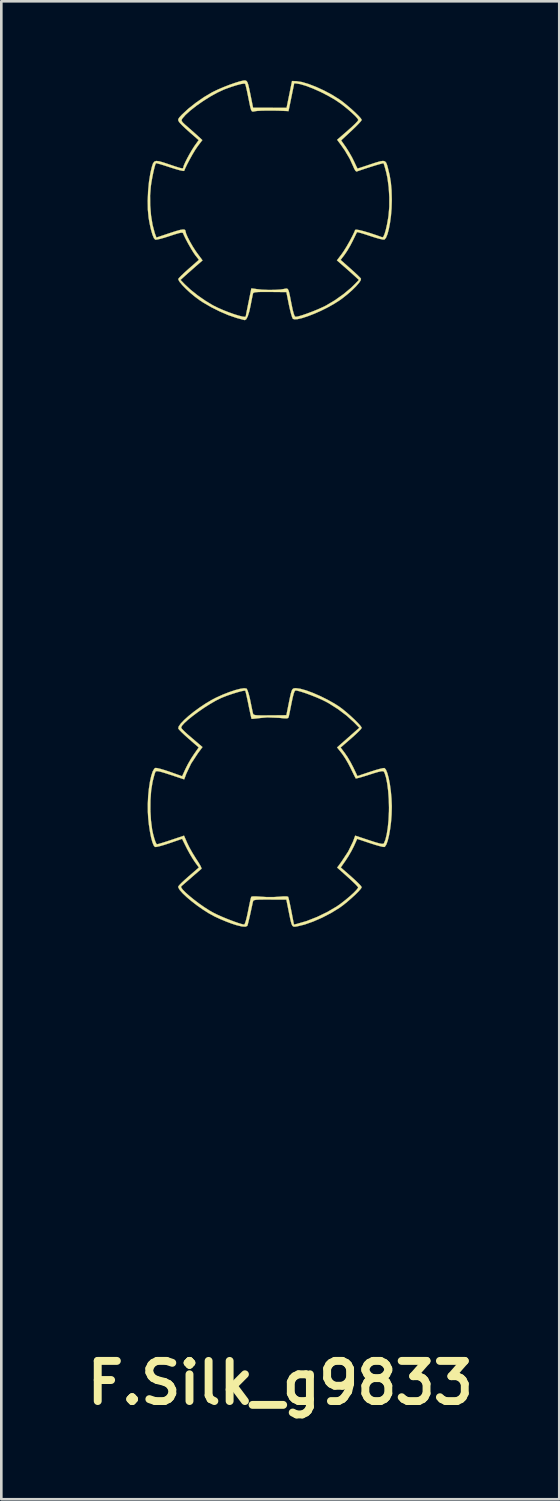
<source format=kicad_pcb>
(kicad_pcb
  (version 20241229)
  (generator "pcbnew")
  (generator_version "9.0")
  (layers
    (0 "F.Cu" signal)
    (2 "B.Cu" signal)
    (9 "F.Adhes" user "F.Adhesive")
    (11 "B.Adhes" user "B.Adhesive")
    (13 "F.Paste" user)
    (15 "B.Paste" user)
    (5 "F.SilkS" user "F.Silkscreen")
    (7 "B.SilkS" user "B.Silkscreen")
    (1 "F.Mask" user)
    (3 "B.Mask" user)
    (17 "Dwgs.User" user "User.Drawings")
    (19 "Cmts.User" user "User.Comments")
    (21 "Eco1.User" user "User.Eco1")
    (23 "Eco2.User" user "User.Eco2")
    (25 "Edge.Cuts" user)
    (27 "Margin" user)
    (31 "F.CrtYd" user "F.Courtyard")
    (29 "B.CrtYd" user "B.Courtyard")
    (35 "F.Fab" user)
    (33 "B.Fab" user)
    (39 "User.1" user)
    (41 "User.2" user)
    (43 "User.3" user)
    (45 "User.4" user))
  (footprint "F.Silk_g9833"
    (layer "F.Cu")
    (at 7.591 49.45)
    (property "Reference" "F.Silk_g9833" (at 0 0 0) (layer "F.SilkS") (effects (font (size 1.524 1.524) (thickness 0.3))))
    (attr through_hole)
    (fp_poly (pts (xy 0.762 -26.351) (xy 0.983 -26.289) (xy 1.24 -26.194) (xy 1.518 -26.073) (xy 1.798 -25.934) (xy 2.064 -25.784) (xy 2.223 -25.683) (xy 2.358 -25.584) (xy 2.512 -25.458) (xy 2.671 -25.318) (xy 2.822 -25.178) (xy 2.951 -25.048) (xy 3.044 -24.944) (xy 3.089 -24.877) (xy 3.09 -24.868) (xy 3.06 -24.821) (xy 2.977 -24.733) (xy 2.854 -24.615) (xy 2.703 -24.479) (xy 2.69 -24.468) (xy 2.29 -24.121) (xy 2.454 -23.903) (xy 2.555 -23.755) (xy 2.666 -23.566) (xy 2.765 -23.377) (xy 2.773 -23.361) (xy 2.927 -23.037) (xy 3.413 -23.2) (xy 3.606 -23.262) (xy 3.773 -23.309) (xy 3.895 -23.337) (xy 3.955 -23.342) (xy 3.956 -23.342) (xy 4.01 -23.281) (xy 4.064 -23.149) (xy 4.115 -22.96) (xy 4.16 -22.728) (xy 4.196 -22.467) (xy 4.221 -22.189) (xy 4.233 -21.91) (xy 4.233 -21.844) (xy 4.225 -21.566) (xy 4.203 -21.287) (xy 4.169 -21.02) (xy 4.126 -20.78) (xy 4.077 -20.579) (xy 4.023 -20.433) (xy 3.969 -20.353) (xy 3.956 -20.346) (xy 3.895 -20.35) (xy 3.773 -20.379) (xy 3.606 -20.426) (xy 3.413 -20.488) (xy 3.409 -20.489) (xy 2.919 -20.653) (xy 2.795 -20.378) (xy 2.702 -20.195) (xy 2.585 -19.993) (xy 2.483 -19.835) (xy 2.296 -19.568) (xy 2.693 -19.22) (xy 2.845 -19.083) (xy 2.97 -18.962) (xy 3.056 -18.87) (xy 3.09 -18.82) (xy 3.09 -18.818) (xy 3.059 -18.761) (xy 2.975 -18.664) (xy 2.852 -18.541) (xy 2.702 -18.403) (xy 2.541 -18.263) (xy 2.381 -18.134) (xy 2.242 -18.033) (xy 1.932 -17.842) (xy 1.594 -17.666) (xy 1.251 -17.516) (xy 0.925 -17.401) (xy 0.639 -17.331) (xy 0.625 -17.329) (xy 0.553 -17.319) (xy 0.5 -17.323) (xy 0.46 -17.353) (xy 0.427 -17.422) (xy 0.394 -17.541) (xy 0.355 -17.723) (xy 0.319 -17.903) (xy 0.23 -18.347) (xy -0.395 -18.349) (xy -0.637 -18.349) (xy -0.808 -18.347) (xy -0.92 -18.34) (xy -0.987 -18.327) (xy -1.021 -18.307) (xy -1.036 -18.277) (xy -1.039 -18.267) (xy -1.056 -18.19) (xy -1.086 -18.053) (xy -1.123 -17.88) (xy -1.144 -17.784) (xy -1.184 -17.609) (xy -1.219 -17.465) (xy -1.244 -17.372) (xy -1.253 -17.35) (xy -1.322 -17.319) (xy -1.462 -17.329) (xy -1.67 -17.38) (xy -1.841 -17.435) (xy -2.055 -17.515) (xy -2.292 -17.614) (xy -2.503 -17.712) (xy -2.507 -17.714) (xy -2.717 -17.83) (xy -2.937 -17.97) (xy -3.157 -18.124) (xy -3.365 -18.284) (xy -3.552 -18.441) (xy -3.705 -18.586) (xy -3.815 -18.71) (xy -3.871 -18.805) (xy -3.873 -18.846) (xy -3.832 -18.898) (xy -3.741 -18.991) (xy -3.612 -19.111) (xy -3.469 -19.238) (xy -3.089 -19.566) (xy -3.238 -19.769) (xy -3.328 -19.905) (xy -3.435 -20.084) (xy -3.537 -20.272) (xy -3.558 -20.313) (xy -3.728 -20.654) (xy -4.212 -20.488) (xy -4.405 -20.425) (xy -4.572 -20.377) (xy -4.696 -20.349) (xy -4.758 -20.345) (xy -4.806 -20.403) (xy -4.857 -20.531) (xy -4.906 -20.715) (xy -4.95 -20.94) (xy -4.988 -21.192) (xy -5.015 -21.456) (xy -5.028 -21.676) (xy -5.028 -21.736) (xy -4.932 -21.736) (xy -4.91 -21.353) (xy -4.865 -21.004) (xy -4.83 -20.839) (xy -4.781 -20.66) (xy -4.735 -20.527) (xy -4.696 -20.455) (xy -4.683 -20.447) (xy -4.625 -20.46) (xy -4.504 -20.495) (xy -4.338 -20.547) (xy -4.145 -20.61) (xy -4.143 -20.611) (xy -3.655 -20.775) (xy -3.533 -20.495) (xy -3.45 -20.325) (xy -3.338 -20.125) (xy -3.217 -19.929) (xy -3.185 -19.88) (xy -3.091 -19.734) (xy -3.023 -19.614) (xy -2.991 -19.537) (xy -2.992 -19.518) (xy -3.037 -19.48) (xy -3.13 -19.399) (xy -3.259 -19.288) (xy -3.387 -19.176) (xy -3.532 -19.05) (xy -3.652 -18.946) (xy -3.733 -18.876) (xy -3.763 -18.852) (xy -3.763 -18.807) (xy -3.704 -18.725) (xy -3.595 -18.614) (xy -3.447 -18.483) (xy -3.272 -18.341) (xy -3.08 -18.195) (xy -2.882 -18.057) (xy -2.688 -17.933) (xy -2.54 -17.849) (xy -2.376 -17.768) (xy -2.179 -17.681) (xy -1.968 -17.595) (xy -1.762 -17.517) (xy -1.58 -17.453) (xy -1.44 -17.412) (xy -1.37 -17.4) (xy -1.343 -17.439) (xy -1.306 -17.549) (xy -1.264 -17.716) (xy -1.224 -17.908) (xy -1.184 -18.107) (xy -1.148 -18.276) (xy -1.12 -18.397) (xy -1.103 -18.453) (xy -1.103 -18.454) (xy -1.052 -18.468) (xy -0.935 -18.47) (xy -0.771 -18.46) (xy -0.726 -18.456) (xy -0.505 -18.443) (xy -0.263 -18.443) (xy -0.052 -18.456) (xy -0.049 -18.456) (xy 0.12 -18.47) (xy 0.241 -18.47) (xy 0.297 -18.455) (xy 0.298 -18.454) (xy 0.315 -18.4) (xy 0.343 -18.28) (xy 0.379 -18.112) (xy 0.419 -17.913) (xy 0.42 -17.908) (xy 0.518 -17.4) (xy 0.629 -17.425) (xy 1.003 -17.534) (xy 1.399 -17.69) (xy 1.788 -17.878) (xy 2.139 -18.084) (xy 2.281 -18.183) (xy 2.468 -18.328) (xy 2.64 -18.472) (xy 2.786 -18.604) (xy 2.892 -18.714) (xy 2.949 -18.79) (xy 2.955 -18.814) (xy 2.92 -18.86) (xy 2.834 -18.949) (xy 2.71 -19.068) (xy 2.56 -19.205) (xy 2.551 -19.213) (xy 2.16 -19.563) (xy 2.321 -19.783) (xy 2.576 -20.17) (xy 2.754 -20.534) (xy 2.772 -20.58) (xy 2.844 -20.776) (xy 3.371 -20.601) (xy 3.594 -20.529) (xy 3.75 -20.484) (xy 3.851 -20.464) (xy 3.909 -20.466) (xy 3.934 -20.484) (xy 3.99 -20.62) (xy 4.04 -20.824) (xy 4.081 -21.081) (xy 4.11 -21.374) (xy 4.125 -21.689) (xy 4.127 -21.844) (xy 4.119 -22.162) (xy 4.096 -22.468) (xy 4.061 -22.744) (xy 4.016 -22.975) (xy 3.963 -23.146) (xy 3.934 -23.203) (xy 3.904 -23.222) (xy 3.84 -23.221) (xy 3.73 -23.198) (xy 3.562 -23.149) (xy 3.39 -23.094) (xy 3.197 -23.033) (xy 3.035 -22.985) (xy 2.919 -22.955) (xy 2.867 -22.946) (xy 2.865 -22.947) (xy 2.842 -22.991) (xy 2.79 -23.094) (xy 2.72 -23.237) (xy 2.677 -23.326) (xy 2.577 -23.519) (xy 2.464 -23.712) (xy 2.357 -23.871) (xy 2.33 -23.906) (xy 2.156 -24.125) (xy 2.578 -24.498) (xy 3.001 -24.871) (xy 2.802 -25.075) (xy 2.524 -25.328) (xy 2.193 -25.578) (xy 1.838 -25.803) (xy 1.736 -25.859) (xy 1.578 -25.937) (xy 1.385 -26.021) (xy 1.175 -26.105) (xy 0.97 -26.181) (xy 0.787 -26.241) (xy 0.647 -26.279) (xy 0.582 -26.289) (xy 0.548 -26.263) (xy 0.512 -26.178) (xy 0.472 -26.026) (xy 0.427 -25.813) (xy 0.388 -25.617) (xy 0.354 -25.448) (xy 0.328 -25.326) (xy 0.315 -25.272) (xy 0.295 -25.241) (xy 0.244 -25.227) (xy 0.147 -25.229) (xy -0.015 -25.245) (xy -0.042 -25.248) (xy -0.491 -25.265) (xy -0.73 -25.245) (xy -0.891 -25.226) (xy -1.016 -25.213) (xy -1.083 -25.208) (xy -1.09 -25.209) (xy -1.102 -25.251) (xy -1.127 -25.359) (xy -1.161 -25.519) (xy -1.202 -25.714) (xy -1.206 -25.739) (xy -1.248 -25.938) (xy -1.285 -26.105) (xy -1.313 -26.224) (xy -1.329 -26.278) (xy -1.33 -26.279) (xy -1.381 -26.279) (xy -1.493 -26.256) (xy -1.647 -26.213) (xy -1.824 -26.158) (xy -2.006 -26.096) (xy -2.174 -26.031) (xy -2.259 -25.995) (xy -2.452 -25.899) (xy -2.667 -25.774) (xy -2.891 -25.632) (xy -3.112 -25.479) (xy -3.318 -25.326) (xy -3.499 -25.18) (xy -3.641 -25.051) (xy -3.734 -24.947) (xy -3.765 -24.878) (xy -3.734 -24.829) (xy -3.652 -24.743) (xy -3.536 -24.635) (xy -3.49 -24.596) (xy -3.344 -24.471) (xy -3.206 -24.353) (xy -3.1 -24.263) (xy -3.086 -24.25) (xy -2.955 -24.138) (xy -3.123 -23.912) (xy -3.388 -23.508) (xy -3.571 -23.121) (xy -3.576 -23.108) (xy -3.648 -22.912) (xy -4.175 -23.087) (xy -4.399 -23.159) (xy -4.554 -23.204) (xy -4.655 -23.224) (xy -4.713 -23.222) (xy -4.738 -23.204) (xy -4.764 -23.138) (xy -4.8 -23.012) (xy -4.841 -22.852) (xy -4.852 -22.802) (xy -4.903 -22.489) (xy -4.929 -22.124) (xy -4.932 -21.736) (xy -5.028 -21.736) (xy -5.03 -21.974) (xy -5.016 -22.272) (xy -4.988 -22.558) (xy -4.949 -22.818) (xy -4.9 -23.04) (xy -4.845 -23.211) (xy -4.784 -23.317) (xy -4.744 -23.346) (xy -4.678 -23.341) (xy -4.551 -23.311) (xy -4.382 -23.261) (xy -4.199 -23.2) (xy -3.726 -23.031) (xy -3.6 -23.308) (xy -3.507 -23.491) (xy -3.39 -23.694) (xy -3.286 -23.854) (xy -3.097 -24.124) (xy -3.473 -24.451) (xy -3.623 -24.586) (xy -3.749 -24.705) (xy -3.837 -24.796) (xy -3.873 -24.843) (xy -3.859 -24.917) (xy -3.783 -25.026) (xy -3.655 -25.161) (xy -3.486 -25.314) (xy -3.286 -25.475) (xy -3.065 -25.637) (xy -2.835 -25.79) (xy -2.605 -25.927) (xy -2.438 -26.014) (xy -2.187 -26.128) (xy -1.941 -26.224) (xy -1.715 -26.3) (xy -1.521 -26.35) (xy -1.374 -26.372) (xy -1.286 -26.36) (xy -1.276 -26.353) (xy -1.243 -26.289) (xy -1.202 -26.164) (xy -1.159 -25.998) (xy -1.139 -25.902) (xy -1.102 -25.72) (xy -1.069 -25.562) (xy -1.046 -25.451) (xy -1.039 -25.421) (xy -1.027 -25.388) (xy -1 -25.366) (xy -0.944 -25.351) (xy -0.847 -25.343) (xy -0.695 -25.341) (xy -0.475 -25.342) (xy -0.394 -25.342) (xy 0.231 -25.348) (xy 0.319 -25.789) (xy 0.366 -26.019) (xy 0.403 -26.18) (xy 0.435 -26.282) (xy 0.468 -26.34) (xy 0.509 -26.366) (xy 0.564 -26.373) (xy 0.594 -26.374) (xy 0.762 -26.351)) (stroke (width 0.01) (type solid)) (fill yes) (layer "F.SilkS"))
    (fp_poly (pts (xy -1.311 -49.441) (xy -1.274 -49.418) (xy -1.243 -49.365) (xy -1.212 -49.269) (xy -1.177 -49.117) (xy -1.131 -48.897) (xy -1.123 -48.856) (xy -1.034 -48.411) (xy -0.397 -48.409) (xy 0.239 -48.408) (xy 0.342 -48.916) (xy 0.445 -49.424) (xy 0.616 -49.417) (xy 0.821 -49.386) (xy 1.076 -49.31) (xy 1.364 -49.199) (xy 1.666 -49.06) (xy 1.966 -48.9) (xy 2.242 -48.727) (xy 2.382 -48.625) (xy 2.538 -48.498) (xy 2.698 -48.361) (xy 2.847 -48.224) (xy 2.971 -48.102) (xy 3.057 -48.006) (xy 3.091 -47.949) (xy 3.092 -47.948) (xy 3.063 -47.902) (xy 2.983 -47.813) (xy 2.864 -47.691) (xy 2.717 -47.55) (xy 2.701 -47.535) (xy 2.309 -47.17) (xy 2.491 -46.911) (xy 2.606 -46.731) (xy 2.722 -46.527) (xy 2.797 -46.376) (xy 2.86 -46.242) (xy 2.908 -46.143) (xy 2.933 -46.101) (xy 2.934 -46.101) (xy 2.977 -46.114) (xy 3.083 -46.148) (xy 3.235 -46.198) (xy 3.387 -46.249) (xy 3.619 -46.326) (xy 3.786 -46.374) (xy 3.899 -46.391) (xy 3.972 -46.375) (xy 4.019 -46.324) (xy 4.054 -46.236) (xy 4.077 -46.154) (xy 4.15 -45.856) (xy 4.197 -45.575) (xy 4.224 -45.278) (xy 4.233 -44.934) (xy 4.233 -44.876) (xy 4.224 -44.59) (xy 4.201 -44.306) (xy 4.165 -44.039) (xy 4.12 -43.802) (xy 4.068 -43.608) (xy 4.012 -43.472) (xy 3.954 -43.405) (xy 3.951 -43.404) (xy 3.887 -43.407) (xy 3.761 -43.435) (xy 3.593 -43.483) (xy 3.406 -43.543) (xy 3.219 -43.605) (xy 3.064 -43.653) (xy 2.957 -43.682) (xy 2.913 -43.687) (xy 2.913 -43.687) (xy 2.889 -43.642) (xy 2.839 -43.54) (xy 2.771 -43.4) (xy 2.746 -43.349) (xy 2.651 -43.167) (xy 2.545 -42.986) (xy 2.448 -42.842) (xy 2.441 -42.832) (xy 2.289 -42.633) (xy 2.658 -42.307) (xy 2.808 -42.172) (xy 2.935 -42.053) (xy 3.025 -41.964) (xy 3.063 -41.919) (xy 3.053 -41.859) (xy 2.986 -41.759) (xy 2.874 -41.63) (xy 2.726 -41.484) (xy 2.554 -41.332) (xy 2.37 -41.185) (xy 2.254 -41.101) (xy 2.036 -40.962) (xy 1.793 -40.826) (xy 1.539 -40.7) (xy 1.285 -40.588) (xy 1.045 -40.495) (xy 0.831 -40.425) (xy 0.655 -40.384) (xy 0.531 -40.378) (xy 0.477 -40.398) (xy 0.448 -40.46) (xy 0.409 -40.585) (xy 0.366 -40.756) (xy 0.327 -40.932) (xy 0.231 -41.411) (xy -0.393 -41.417) (xy -0.641 -41.418) (xy -0.816 -41.415) (xy -0.931 -41.407) (xy -0.998 -41.393) (xy -1.03 -41.372) (xy -1.035 -41.36) (xy -1.051 -41.291) (xy -1.077 -41.163) (xy -1.11 -40.996) (xy -1.125 -40.915) (xy -1.178 -40.672) (xy -1.235 -40.492) (xy -1.292 -40.381) (xy -1.345 -40.347) (xy -1.398 -40.359) (xy -1.51 -40.389) (xy -1.656 -40.429) (xy -1.672 -40.434) (xy -1.97 -40.536) (xy -2.301 -40.678) (xy -2.635 -40.846) (xy -2.941 -41.024) (xy -3.058 -41.101) (xy -3.237 -41.234) (xy -3.415 -41.381) (xy -3.578 -41.531) (xy -3.715 -41.672) (xy -3.816 -41.791) (xy -3.868 -41.879) (xy -3.871 -41.913) (xy -3.829 -41.963) (xy -3.738 -42.056) (xy -3.609 -42.177) (xy -3.466 -42.305) (xy -3.089 -42.636) (xy -3.221 -42.803) (xy -3.298 -42.915) (xy -3.395 -43.073) (xy -3.497 -43.252) (xy -3.591 -43.428) (xy -3.662 -43.574) (xy -3.69 -43.644) (xy -3.712 -43.665) (xy -3.767 -43.667) (xy -3.867 -43.645) (xy -4.024 -43.598) (xy -4.196 -43.541) (xy -4.39 -43.479) (xy -4.559 -43.432) (xy -4.684 -43.405) (xy -4.748 -43.401) (xy -4.798 -43.459) (xy -4.853 -43.59) (xy -4.908 -43.78) (xy -4.961 -44.018) (xy -4.999 -44.237) (xy -5.027 -44.532) (xy -5.033 -44.879) (xy -5.025 -45.081) (xy -4.943 -45.081) (xy -4.939 -44.704) (xy -4.908 -44.324) (xy -4.85 -43.968) (xy -4.769 -43.66) (xy -4.746 -43.595) (xy -4.703 -43.481) (xy -4.204 -43.648) (xy -3.967 -43.725) (xy -3.798 -43.772) (xy -3.688 -43.789) (xy -3.625 -43.779) (xy -3.6 -43.742) (xy -3.598 -43.721) (xy -3.576 -43.632) (xy -3.516 -43.493) (xy -3.428 -43.323) (xy -3.324 -43.142) (xy -3.212 -42.968) (xy -3.154 -42.887) (xy -2.952 -42.614) (xy -3.222 -42.379) (xy -3.37 -42.248) (xy -3.514 -42.121) (xy -3.627 -42.02) (xy -3.64 -42.008) (xy -3.789 -41.873) (xy -3.619 -41.698) (xy -3.401 -41.496) (xy -3.133 -41.283) (xy -2.844 -41.082) (xy -2.563 -40.912) (xy -2.54 -40.9) (xy -2.363 -40.812) (xy -2.164 -40.725) (xy -1.957 -40.644) (xy -1.756 -40.572) (xy -1.578 -40.517) (xy -1.434 -40.481) (xy -1.341 -40.47) (xy -1.312 -40.486) (xy -1.304 -40.531) (xy -1.283 -40.643) (xy -1.25 -40.804) (xy -1.211 -41) (xy -1.206 -41.021) (xy -1.166 -41.219) (xy -1.133 -41.383) (xy -1.11 -41.498) (xy -1.101 -41.548) (xy -1.101 -41.549) (xy -1.063 -41.548) (xy -0.968 -41.536) (xy -0.9 -41.525) (xy -0.698 -41.503) (xy -0.458 -41.493) (xy -0.211 -41.495) (xy 0.006 -41.509) (xy 0.115 -41.525) (xy 0.189 -41.54) (xy 0.242 -41.546) (xy 0.281 -41.529) (xy 0.311 -41.479) (xy 0.339 -41.384) (xy 0.371 -41.233) (xy 0.414 -41.013) (xy 0.427 -40.947) (xy 0.474 -40.724) (xy 0.514 -40.576) (xy 0.549 -40.494) (xy 0.582 -40.471) (xy 0.676 -40.487) (xy 0.828 -40.531) (xy 1.018 -40.596) (xy 1.227 -40.675) (xy 1.434 -40.759) (xy 1.62 -40.843) (xy 1.736 -40.9) (xy 2.076 -41.103) (xy 2.404 -41.336) (xy 2.691 -41.576) (xy 2.794 -41.677) (xy 2.985 -41.873) (xy 2.815 -42.029) (xy 2.695 -42.138) (xy 2.543 -42.273) (xy 2.398 -42.4) (xy 2.15 -42.616) (xy 2.325 -42.845) (xy 2.417 -42.978) (xy 2.526 -43.154) (xy 2.637 -43.349) (xy 2.737 -43.538) (xy 2.813 -43.697) (xy 2.843 -43.773) (xy 2.889 -43.782) (xy 3.004 -43.764) (xy 3.177 -43.72) (xy 3.399 -43.654) (xy 3.659 -43.567) (xy 3.878 -43.489) (xy 3.915 -43.517) (xy 3.959 -43.617) (xy 4.006 -43.776) (xy 4.053 -43.983) (xy 4.096 -44.226) (xy 4.11 -44.32) (xy 4.138 -44.646) (xy 4.139 -45.013) (xy 4.116 -45.388) (xy 4.069 -45.738) (xy 4.024 -45.949) (xy 3.982 -46.107) (xy 3.946 -46.229) (xy 3.922 -46.297) (xy 3.918 -46.303) (xy 3.875 -46.296) (xy 3.769 -46.268) (xy 3.618 -46.224) (xy 3.438 -46.168) (xy 3.248 -46.107) (xy 3.065 -46.046) (xy 2.906 -45.991) (xy 2.896 -45.987) (xy 2.856 -46.013) (xy 2.805 -46.098) (xy 2.773 -46.173) (xy 2.635 -46.476) (xy 2.449 -46.791) (xy 2.306 -46.996) (xy 2.158 -47.193) (xy 2.56 -47.542) (xy 2.714 -47.679) (xy 2.84 -47.799) (xy 2.927 -47.891) (xy 2.963 -47.942) (xy 2.963 -47.945) (xy 2.931 -48.002) (xy 2.844 -48.099) (xy 2.714 -48.222) (xy 2.554 -48.362) (xy 2.375 -48.505) (xy 2.281 -48.576) (xy 2.063 -48.723) (xy 1.804 -48.871) (xy 1.526 -49.013) (xy 1.246 -49.138) (xy 0.986 -49.238) (xy 0.763 -49.305) (xy 0.655 -49.325) (xy 0.529 -49.34) (xy 0.312 -48.281) (xy 0.188 -48.288) (xy -0.032 -48.297) (xy -0.268 -48.302) (xy -0.5 -48.302) (xy -0.706 -48.298) (xy -0.864 -48.29) (xy -0.94 -48.281) (xy -1.003 -48.268) (xy -1.048 -48.263) (xy -1.082 -48.28) (xy -1.109 -48.328) (xy -1.136 -48.421) (xy -1.168 -48.569) (xy -1.211 -48.785) (xy -1.228 -48.867) (xy -1.265 -49.047) (xy -1.299 -49.195) (xy -1.324 -49.292) (xy -1.334 -49.319) (xy -1.385 -49.327) (xy -1.499 -49.308) (xy -1.659 -49.266) (xy -1.851 -49.206) (xy -2.058 -49.132) (xy -2.153 -49.095) (xy -2.395 -48.982) (xy -2.659 -48.835) (xy -2.928 -48.666) (xy -3.186 -48.485) (xy -3.415 -48.305) (xy -3.599 -48.138) (xy -3.716 -48.003) (xy -3.744 -47.953) (xy -3.744 -47.908) (xy -3.704 -47.852) (xy -3.615 -47.767) (xy -3.53 -47.694) (xy -3.383 -47.564) (xy -3.235 -47.433) (xy -3.121 -47.329) (xy -2.96 -47.181) (xy -3.137 -46.948) (xy -3.226 -46.817) (xy -3.332 -46.641) (xy -3.442 -46.444) (xy -3.542 -46.253) (xy -3.619 -46.09) (xy -3.649 -46.013) (xy -3.692 -46.011) (xy -3.799 -46.033) (xy -3.955 -46.076) (xy -4.145 -46.135) (xy -4.183 -46.148) (xy -4.379 -46.211) (xy -4.543 -46.262) (xy -4.662 -46.295) (xy -4.718 -46.306) (xy -4.721 -46.305) (xy -4.747 -46.246) (xy -4.782 -46.123) (xy -4.821 -45.956) (xy -4.86 -45.764) (xy -4.895 -45.567) (xy -4.915 -45.428) (xy -4.943 -45.081) (xy -5.025 -45.081) (xy -5.018 -45.246) (xy -4.984 -45.605) (xy -4.932 -45.925) (xy -4.914 -46.006) (xy -4.872 -46.177) (xy -4.833 -46.295) (xy -4.783 -46.365) (xy -4.708 -46.39) (xy -4.595 -46.377) (xy -4.429 -46.329) (xy -4.196 -46.251) (xy -4.191 -46.249) (xy -3.982 -46.179) (xy -3.839 -46.134) (xy -3.751 -46.111) (xy -3.705 -46.108) (xy -3.686 -46.122) (xy -3.683 -46.147) (xy -3.662 -46.218) (xy -3.608 -46.34) (xy -3.53 -46.496) (xy -3.438 -46.664) (xy -3.344 -46.824) (xy -3.258 -46.958) (xy -3.246 -46.974) (xy -3.098 -47.181) (xy -3.438 -47.477) (xy -3.587 -47.61) (xy -3.716 -47.733) (xy -3.809 -47.829) (xy -3.843 -47.871) (xy -3.874 -47.928) (xy -3.873 -47.978) (xy -3.831 -48.043) (xy -3.738 -48.143) (xy -3.721 -48.16) (xy -3.486 -48.377) (xy -3.199 -48.603) (xy -2.892 -48.815) (xy -2.591 -48.993) (xy -2.558 -49.01) (xy -2.371 -49.1) (xy -2.156 -49.192) (xy -1.932 -49.279) (xy -1.718 -49.354) (xy -1.534 -49.411) (xy -1.398 -49.442) (xy -1.358 -49.445) (xy -1.311 -49.441)) (stroke (width 0.01) (type solid)) (fill yes) (layer "F.SilkS")))
  (gr_rect
    (start -3 -3)
    (end 18.182 53.868)
    (stroke (width 0.1) (type default))
    (fill no)
    (layer "Edge.Cuts")))
</source>
